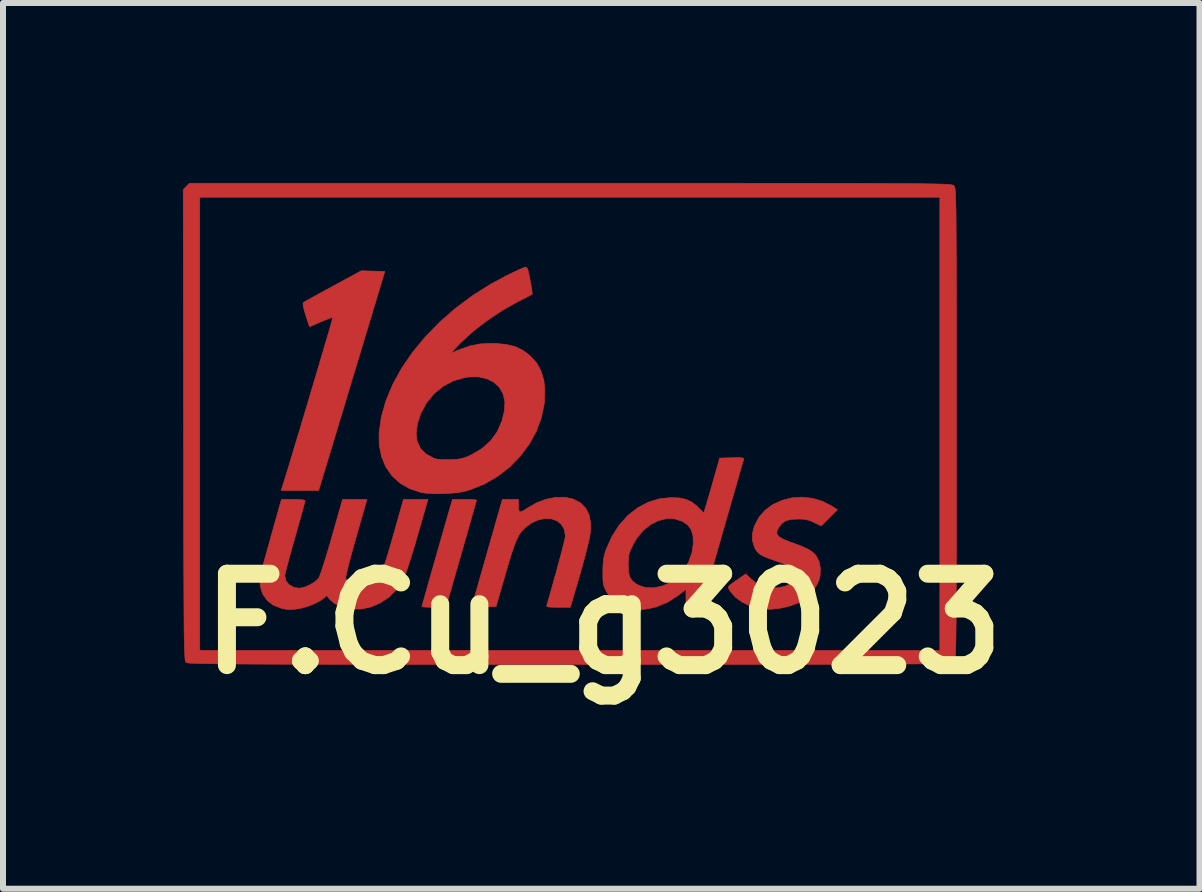
<source format=kicad_pcb>
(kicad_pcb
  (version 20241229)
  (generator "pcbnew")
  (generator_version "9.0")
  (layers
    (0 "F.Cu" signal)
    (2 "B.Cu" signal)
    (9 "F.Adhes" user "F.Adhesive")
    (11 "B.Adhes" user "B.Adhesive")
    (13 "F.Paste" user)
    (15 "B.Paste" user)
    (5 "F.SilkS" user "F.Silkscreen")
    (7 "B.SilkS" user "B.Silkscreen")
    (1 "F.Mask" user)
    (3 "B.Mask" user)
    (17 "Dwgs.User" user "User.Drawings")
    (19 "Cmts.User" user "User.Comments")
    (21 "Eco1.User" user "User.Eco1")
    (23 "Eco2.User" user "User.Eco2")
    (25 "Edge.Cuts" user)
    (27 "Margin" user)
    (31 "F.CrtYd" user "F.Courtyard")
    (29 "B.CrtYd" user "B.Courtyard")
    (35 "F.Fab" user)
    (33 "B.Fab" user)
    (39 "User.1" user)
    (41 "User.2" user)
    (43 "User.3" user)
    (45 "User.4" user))
  (footprint "F.Cu_g3023"
    (layer "F.Cu")
    (at 7.011 7.35)
    (property "Reference" "F.Cu_g3023" (at 0 0 0) (layer "F.SilkS") (effects (font (size 1.524 1.524) (thickness 0.3))))
    (attr through_hole)
    (fp_poly (pts (xy -2.231 -2.073) (xy -2.163 -2.07) (xy -2.123 -2.065) (xy -2.117 -2.062) (xy -2.122 -2.04) (xy -2.138 -1.983) (xy -2.163 -1.895) (xy -2.195 -1.782) (xy -2.233 -1.648) (xy -2.276 -1.499) (xy -2.321 -1.339) (xy -2.368 -1.174) (xy -2.416 -1.008) (xy -2.462 -0.847) (xy -2.506 -0.696) (xy -2.545 -0.559) (xy -2.579 -0.442) (xy -2.606 -0.35) (xy -2.617 -0.312) (xy -2.627 -0.295) (xy -2.652 -0.284) (xy -2.698 -0.278) (xy -2.775 -0.275) (xy -2.827 -0.275) (xy -2.913 -0.276) (xy -2.981 -0.279) (xy -3.02 -0.284) (xy -3.027 -0.286) (xy -3.021 -0.308) (xy -3.005 -0.366) (xy -2.981 -0.453) (xy -2.949 -0.566) (xy -2.912 -0.699) (xy -2.87 -0.846) (xy -2.825 -1.003) (xy -2.779 -1.165) (xy -2.733 -1.325) (xy -2.689 -1.48) (xy -2.648 -1.624) (xy -2.611 -1.751) (xy -2.581 -1.857) (xy -2.559 -1.931) (xy -2.517 -2.074) (xy -2.317 -2.074) (xy -2.231 -2.073)) (stroke (width 0.01) (type solid)) (fill yes) (layer "F.Cu"))
    (fp_poly (pts (xy -3.841 -5.88) (xy -3.645 -5.874) (xy -3.968 -4.805) (xy -4.04 -4.567) (xy -4.116 -4.314) (xy -4.195 -4.054) (xy -4.273 -3.795) (xy -4.348 -3.546) (xy -4.418 -3.315) (xy -4.48 -3.11) (xy -4.519 -2.979) (xy -4.748 -2.223) (xy -5.374 -2.223) (xy -5.355 -2.281) (xy -5.337 -2.337) (xy -5.309 -2.426) (xy -5.273 -2.544) (xy -5.229 -2.687) (xy -5.18 -2.85) (xy -5.126 -3.031) (xy -5.067 -3.224) (xy -5.007 -3.426) (xy -4.945 -3.633) (xy -4.883 -3.841) (xy -4.822 -4.046) (xy -4.763 -4.244) (xy -4.708 -4.431) (xy -4.657 -4.603) (xy -4.612 -4.756) (xy -4.574 -4.886) (xy -4.544 -4.99) (xy -4.524 -5.062) (xy -4.514 -5.099) (xy -4.513 -5.103) (xy -4.534 -5.103) (xy -4.584 -5.087) (xy -4.655 -5.059) (xy -4.707 -5.037) (xy -4.787 -5.001) (xy -4.851 -4.973) (xy -4.89 -4.956) (xy -4.899 -4.953) (xy -4.906 -4.972) (xy -4.924 -5.022) (xy -4.948 -5.095) (xy -4.964 -5.144) (xy -4.992 -5.242) (xy -5.007 -5.312) (xy -5.007 -5.35) (xy -5.005 -5.354) (xy -4.981 -5.369) (xy -4.926 -5.401) (xy -4.843 -5.447) (xy -4.74 -5.504) (xy -4.619 -5.57) (xy -4.51 -5.629) (xy -4.036 -5.886) (xy -3.841 -5.88)) (stroke (width 0.01) (type solid)) (fill yes) (layer "F.Cu"))
    (fp_poly (pts (xy -0.506 -2.08) (xy -0.39 -2.02) (xy -0.371 -2.006) (xy -0.29 -1.919) (xy -0.239 -1.815) (xy -0.215 -1.687) (xy -0.212 -1.616) (xy -0.215 -1.561) (xy -0.223 -1.493) (xy -0.239 -1.408) (xy -0.263 -1.303) (xy -0.295 -1.174) (xy -0.337 -1.018) (xy -0.389 -0.832) (xy -0.453 -0.612) (xy -0.51 -0.418) (xy -0.552 -0.275) (xy -0.754 -0.275) (xy -0.847 -0.276) (xy -0.906 -0.279) (xy -0.936 -0.286) (xy -0.946 -0.298) (xy -0.944 -0.312) (xy -0.907 -0.437) (xy -0.867 -0.577) (xy -0.826 -0.724) (xy -0.784 -0.873) (xy -0.745 -1.018) (xy -0.709 -1.152) (xy -0.679 -1.27) (xy -0.655 -1.365) (xy -0.64 -1.432) (xy -0.635 -1.463) (xy -0.652 -1.571) (xy -0.7 -1.655) (xy -0.772 -1.715) (xy -0.863 -1.749) (xy -0.968 -1.755) (xy -1.081 -1.734) (xy -1.196 -1.683) (xy -1.299 -1.609) (xy -1.342 -1.567) (xy -1.381 -1.52) (xy -1.417 -1.464) (xy -1.451 -1.394) (xy -1.487 -1.304) (xy -1.526 -1.189) (xy -1.571 -1.044) (xy -1.624 -0.865) (xy -1.636 -0.824) (xy -1.791 -0.286) (xy -1.995 -0.28) (xy -2.199 -0.274) (xy -2.158 -0.417) (xy -2.142 -0.471) (xy -2.117 -0.56) (xy -2.083 -0.678) (xy -2.043 -0.819) (xy -1.997 -0.979) (xy -1.948 -1.151) (xy -1.901 -1.318) (xy -1.685 -2.074) (xy -1.418 -2.074) (xy -1.418 -1.991) (xy -1.416 -1.915) (xy -1.404 -1.874) (xy -1.376 -1.867) (xy -1.326 -1.891) (xy -1.269 -1.929) (xy -1.114 -2.017) (xy -0.953 -2.077) (xy -0.794 -2.108) (xy -0.643 -2.109) (xy -0.506 -2.08)) (stroke (width 0.01) (type solid)) (fill yes) (layer "F.Cu"))
    (fp_poly (pts (xy 3.483 -2.092) (xy 3.652 -2.042) (xy 3.798 -1.968) (xy 3.901 -1.902) (xy 3.63 -1.631) (xy 3.514 -1.688) (xy 3.44 -1.721) (xy 3.371 -1.739) (xy 3.288 -1.746) (xy 3.235 -1.746) (xy 3.121 -1.74) (xy 3.037 -1.716) (xy 2.973 -1.671) (xy 2.919 -1.599) (xy 2.914 -1.59) (xy 2.891 -1.537) (xy 2.894 -1.492) (xy 2.927 -1.452) (xy 2.992 -1.413) (xy 3.094 -1.37) (xy 3.136 -1.355) (xy 3.268 -1.307) (xy 3.366 -1.266) (xy 3.438 -1.229) (xy 3.491 -1.192) (xy 3.533 -1.15) (xy 3.548 -1.131) (xy 3.595 -1.038) (xy 3.617 -0.923) (xy 3.611 -0.799) (xy 3.6 -0.747) (xy 3.555 -0.643) (xy 3.48 -0.536) (xy 3.383 -0.437) (xy 3.348 -0.409) (xy 3.238 -0.345) (xy 3.1 -0.294) (xy 2.946 -0.259) (xy 2.789 -0.242) (xy 2.642 -0.247) (xy 2.601 -0.253) (xy 2.452 -0.294) (xy 2.316 -0.359) (xy 2.202 -0.441) (xy 2.12 -0.535) (xy 2.116 -0.54) (xy 2.095 -0.575) (xy 2.083 -0.599) (xy 2.087 -0.621) (xy 2.11 -0.646) (xy 2.157 -0.682) (xy 2.231 -0.734) (xy 2.261 -0.754) (xy 2.373 -0.832) (xy 2.451 -0.757) (xy 2.558 -0.672) (xy 2.67 -0.622) (xy 2.802 -0.599) (xy 2.804 -0.598) (xy 2.918 -0.601) (xy 3.022 -0.623) (xy 3.11 -0.662) (xy 3.173 -0.713) (xy 3.208 -0.773) (xy 3.206 -0.838) (xy 3.205 -0.841) (xy 3.173 -0.894) (xy 3.114 -0.944) (xy 3.023 -0.992) (xy 2.895 -1.042) (xy 2.85 -1.057) (xy 2.735 -1.098) (xy 2.653 -1.133) (xy 2.596 -1.168) (xy 2.557 -1.208) (xy 2.526 -1.259) (xy 2.517 -1.278) (xy 2.483 -1.389) (xy 2.483 -1.503) (xy 2.518 -1.633) (xy 2.52 -1.637) (xy 2.594 -1.778) (xy 2.699 -1.897) (xy 2.829 -1.99) (xy 2.978 -2.058) (xy 3.141 -2.099) (xy 3.311 -2.111) (xy 3.483 -2.092)) (stroke (width 0.01) (type solid)) (fill yes) (layer "F.Cu"))
    (fp_poly (pts (xy 2.302 -2.768) (xy 2.333 -2.761) (xy 2.34 -2.748) (xy 2.339 -2.747) (xy 2.332 -2.722) (xy 2.314 -2.66) (xy 2.286 -2.565) (xy 2.251 -2.441) (xy 2.208 -2.292) (xy 2.159 -2.122) (xy 2.105 -1.934) (xy 2.047 -1.732) (xy 2.021 -1.64) (xy 1.96 -1.429) (xy 1.902 -1.227) (xy 1.848 -1.036) (xy 1.798 -0.863) (xy 1.754 -0.712) (xy 1.718 -0.586) (xy 1.691 -0.49) (xy 1.673 -0.43) (xy 1.67 -0.418) (xy 1.628 -0.275) (xy 1.376 -0.275) (xy 1.376 -0.574) (xy 1.254 -0.479) (xy 1.076 -0.363) (xy 0.885 -0.283) (xy 0.772 -0.256) (xy 0.659 -0.239) (xy 0.566 -0.236) (xy 0.474 -0.249) (xy 0.406 -0.266) (xy 0.259 -0.325) (xy 0.14 -0.415) (xy 0.052 -0.532) (xy 0.024 -0.587) (xy 0.006 -0.634) (xy -0.005 -0.686) (xy -0.009 -0.755) (xy -0.01 -0.853) (xy -0.01 -0.868) (xy -0.007 -0.982) (xy 0.413 -0.982) (xy 0.418 -0.867) (xy 0.438 -0.783) (xy 0.477 -0.72) (xy 0.542 -0.668) (xy 0.594 -0.639) (xy 0.706 -0.603) (xy 0.835 -0.599) (xy 0.972 -0.627) (xy 1.066 -0.665) (xy 1.209 -0.757) (xy 1.328 -0.88) (xy 1.419 -1.026) (xy 1.477 -1.189) (xy 1.498 -1.333) (xy 1.493 -1.466) (xy 1.463 -1.568) (xy 1.405 -1.647) (xy 1.316 -1.708) (xy 1.313 -1.709) (xy 1.187 -1.75) (xy 1.054 -1.754) (xy 0.92 -1.721) (xy 0.79 -1.657) (xy 0.67 -1.562) (xy 0.565 -1.439) (xy 0.493 -1.318) (xy 0.452 -1.232) (xy 0.428 -1.166) (xy 0.417 -1.101) (xy 0.413 -1.02) (xy 0.413 -0.982) (xy -0.007 -0.982) (xy -0.007 -0.983) (xy 0.000471 -1.071) (xy 0.016 -1.148) (xy 0.041 -1.229) (xy 0.047 -1.245) (xy 0.142 -1.457) (xy 0.262 -1.644) (xy 0.405 -1.804) (xy 0.568 -1.932) (xy 0.745 -2.027) (xy 0.934 -2.085) (xy 1.122 -2.104) (xy 1.263 -2.098) (xy 1.375 -2.075) (xy 1.467 -2.033) (xy 1.552 -1.967) (xy 1.572 -1.948) (xy 1.673 -1.847) (xy 1.715 -1.987) (xy 1.736 -2.059) (xy 1.766 -2.159) (xy 1.8 -2.277) (xy 1.835 -2.401) (xy 1.848 -2.445) (xy 1.938 -2.762) (xy 2.143 -2.768) (xy 2.241 -2.77) (xy 2.302 -2.768)) (stroke (width 0.01) (type solid)) (fill yes) (layer "F.Cu"))
    (fp_poly (pts (xy -5.079 -2.072) (xy -5.012 -2.066) (xy -4.978 -2.058) (xy -4.974 -2.053) (xy -4.98 -2.028) (xy -4.996 -1.968) (xy -5.02 -1.878) (xy -5.052 -1.762) (xy -5.09 -1.627) (xy -5.132 -1.478) (xy -5.144 -1.438) (xy -5.187 -1.285) (xy -5.226 -1.143) (xy -5.26 -1.019) (xy -5.286 -0.918) (xy -5.304 -0.845) (xy -5.313 -0.805) (xy -5.313 -0.802) (xy -5.294 -0.718) (xy -5.241 -0.651) (xy -5.162 -0.607) (xy -5.073 -0.593) (xy -4.994 -0.607) (xy -4.905 -0.643) (xy -4.821 -0.693) (xy -4.758 -0.749) (xy -4.744 -0.767) (xy -4.728 -0.804) (xy -4.702 -0.876) (xy -4.669 -0.977) (xy -4.63 -1.102) (xy -4.587 -1.245) (xy -4.541 -1.4) (xy -4.526 -1.454) (xy -4.35 -2.074) (xy -4.146 -2.074) (xy -3.943 -2.074) (xy -4.12 -1.456) (xy -4.164 -1.298) (xy -4.205 -1.15) (xy -4.24 -1.019) (xy -4.267 -0.91) (xy -4.287 -0.828) (xy -4.296 -0.779) (xy -4.297 -0.771) (xy -4.278 -0.698) (xy -4.228 -0.643) (xy -4.155 -0.608) (xy -4.066 -0.596) (xy -3.97 -0.61) (xy -3.895 -0.64) (xy -3.845 -0.669) (xy -3.803 -0.702) (xy -3.765 -0.744) (xy -3.729 -0.8) (xy -3.694 -0.873) (xy -3.657 -0.969) (xy -3.616 -1.091) (xy -3.57 -1.244) (xy -3.515 -1.433) (xy -3.503 -1.476) (xy -3.334 -2.074) (xy -3.13 -2.074) (xy -2.926 -2.074) (xy -3.103 -1.459) (xy -3.157 -1.274) (xy -3.209 -1.107) (xy -3.255 -0.962) (xy -3.296 -0.844) (xy -3.328 -0.759) (xy -3.347 -0.718) (xy -3.447 -0.571) (xy -3.573 -0.446) (xy -3.72 -0.348) (xy -3.88 -0.279) (xy -4.046 -0.245) (xy -4.211 -0.247) (xy -4.242 -0.252) (xy -4.382 -0.288) (xy -4.488 -0.341) (xy -4.563 -0.407) (xy -4.616 -0.471) (xy -4.663 -0.427) (xy -4.73 -0.38) (xy -4.825 -0.332) (xy -4.933 -0.29) (xy -5.04 -0.26) (xy -5.073 -0.253) (xy -5.164 -0.24) (xy -5.232 -0.236) (xy -5.293 -0.242) (xy -5.361 -0.256) (xy -5.497 -0.306) (xy -5.603 -0.385) (xy -5.678 -0.49) (xy -5.713 -0.594) (xy -5.721 -0.633) (xy -5.726 -0.67) (xy -5.728 -0.708) (xy -5.724 -0.754) (xy -5.715 -0.81) (xy -5.699 -0.883) (xy -5.675 -0.977) (xy -5.643 -1.096) (xy -5.601 -1.246) (xy -5.549 -1.431) (xy -5.54 -1.466) (xy -5.368 -2.074) (xy -5.171 -2.074) (xy -5.079 -2.072)) (stroke (width 0.01) (type solid)) (fill yes) (layer "F.Cu"))
    (fp_poly (pts (xy -1.272 -5.93) (xy -1.262 -5.911) (xy -1.25 -5.861) (xy -1.235 -5.791) (xy -1.219 -5.709) (xy -1.205 -5.628) (xy -1.194 -5.559) (xy -1.188 -5.511) (xy -1.188 -5.495) (xy -1.209 -5.483) (xy -1.26 -5.456) (xy -1.334 -5.418) (xy -1.423 -5.373) (xy -1.429 -5.37) (xy -1.685 -5.226) (xy -1.934 -5.06) (xy -2.167 -4.881) (xy -2.372 -4.694) (xy -2.472 -4.59) (xy -2.542 -4.512) (xy -2.398 -4.572) (xy -2.227 -4.632) (xy -2.056 -4.666) (xy -1.872 -4.675) (xy -1.785 -4.673) (xy -1.614 -4.656) (xy -1.473 -4.622) (xy -1.352 -4.565) (xy -1.24 -4.483) (xy -1.22 -4.466) (xy -1.112 -4.346) (xy -1.038 -4.211) (xy -0.993 -4.054) (xy -0.978 -3.91) (xy -0.986 -3.672) (xy -1.035 -3.438) (xy -1.119 -3.211) (xy -1.236 -2.997) (xy -1.384 -2.798) (xy -1.559 -2.618) (xy -1.757 -2.463) (xy -1.977 -2.334) (xy -2.215 -2.237) (xy -2.297 -2.213) (xy -2.404 -2.191) (xy -2.538 -2.177) (xy -2.682 -2.169) (xy -2.825 -2.168) (xy -2.952 -2.176) (xy -3.04 -2.189) (xy -3.23 -2.252) (xy -3.394 -2.346) (xy -3.528 -2.469) (xy -3.631 -2.619) (xy -3.702 -2.793) (xy -3.739 -2.988) (xy -3.741 -3.176) (xy -3.123 -3.176) (xy -3.106 -3.041) (xy -3.053 -2.927) (xy -2.964 -2.835) (xy -2.84 -2.766) (xy -2.794 -2.749) (xy -2.749 -2.742) (xy -2.675 -2.737) (xy -2.586 -2.737) (xy -2.551 -2.737) (xy -2.448 -2.742) (xy -2.371 -2.753) (xy -2.301 -2.774) (xy -2.22 -2.808) (xy -2.213 -2.811) (xy -2.032 -2.917) (xy -1.885 -3.046) (xy -1.771 -3.201) (xy -1.692 -3.382) (xy -1.65 -3.553) (xy -1.643 -3.701) (xy -1.673 -3.831) (xy -1.735 -3.941) (xy -1.827 -4.027) (xy -1.945 -4.086) (xy -2.085 -4.117) (xy -2.245 -4.115) (xy -2.308 -4.106) (xy -2.499 -4.052) (xy -2.672 -3.96) (xy -2.823 -3.837) (xy -2.949 -3.685) (xy -3.045 -3.509) (xy -3.102 -3.332) (xy -3.123 -3.176) (xy -3.741 -3.176) (xy -3.741 -3.183) (xy -3.703 -3.45) (xy -3.626 -3.721) (xy -3.512 -3.992) (xy -3.364 -4.262) (xy -3.183 -4.525) (xy -2.972 -4.781) (xy -2.734 -5.026) (xy -2.471 -5.256) (xy -2.186 -5.469) (xy -1.88 -5.663) (xy -1.598 -5.813) (xy -1.498 -5.861) (xy -1.411 -5.902) (xy -1.344 -5.931) (xy -1.304 -5.946) (xy -1.298 -5.948) (xy -1.272 -5.93)) (stroke (width 0.01) (type solid)) (fill yes) (layer "F.Cu"))
    (fp_poly (pts (xy 0.063 -7.345) (xy 0.636 -7.345) (xy 1.17 -7.345) (xy 1.665 -7.345) (xy 2.124 -7.345) (xy 2.548 -7.344) (xy 2.938 -7.344) (xy 3.296 -7.344) (xy 3.622 -7.344) (xy 3.919 -7.343) (xy 4.188 -7.343) (xy 4.431 -7.342) (xy 4.647 -7.341) (xy 4.841 -7.34) (xy 5.011 -7.339) (xy 5.161 -7.338) (xy 5.291 -7.337) (xy 5.403 -7.335) (xy 5.498 -7.334) (xy 5.577 -7.332) (xy 5.643 -7.33) (xy 5.696 -7.328) (xy 5.738 -7.325) (xy 5.771 -7.323) (xy 5.795 -7.32) (xy 5.813 -7.317) (xy 5.825 -7.314) (xy 5.833 -7.31) (xy 5.838 -7.306) (xy 5.842 -7.303) (xy 5.847 -7.297) (xy 5.852 -7.29) (xy 5.856 -7.279) (xy 5.86 -7.263) (xy 5.864 -7.24) (xy 5.867 -7.208) (xy 5.87 -7.165) (xy 5.872 -7.11) (xy 5.874 -7.04) (xy 5.876 -6.954) (xy 5.878 -6.85) (xy 5.879 -6.727) (xy 5.88 -6.581) (xy 5.881 -6.413) (xy 5.882 -6.219) (xy 5.883 -5.998) (xy 5.883 -5.748) (xy 5.884 -5.468) (xy 5.884 -5.155) (xy 5.884 -4.808) (xy 5.884 -4.425) (xy 5.884 -4.004) (xy 5.884 -3.543) (xy 5.884 -3.326) (xy 5.884 -2.847) (xy 5.884 -2.408) (xy 5.884 -2.008) (xy 5.884 -1.645) (xy 5.884 -1.317) (xy 5.883 -1.022) (xy 5.883 -0.758) (xy 5.882 -0.525) (xy 5.881 -0.319) (xy 5.881 -0.139) (xy 5.879 0.016) (xy 5.878 0.149) (xy 5.876 0.261) (xy 5.875 0.354) (xy 5.872 0.431) (xy 5.87 0.492) (xy 5.867 0.539) (xy 5.864 0.575) (xy 5.861 0.601) (xy 5.857 0.619) (xy 5.853 0.631) (xy 5.849 0.639) (xy 5.846 0.642) (xy 5.84 0.646) (xy 5.829 0.649) (xy 5.812 0.652) (xy 5.788 0.655) (xy 5.754 0.657) (xy 5.71 0.659) (xy 5.654 0.662) (xy 5.585 0.664) (xy 5.501 0.665) (xy 5.401 0.667) (xy 5.284 0.669) (xy 5.148 0.67) (xy 4.991 0.671) (xy 4.813 0.672) (xy 4.612 0.673) (xy 4.386 0.674) (xy 4.134 0.675) (xy 3.855 0.675) (xy 3.547 0.676) (xy 3.209 0.676) (xy 2.84 0.676) (xy 2.438 0.677) (xy 2.001 0.677) (xy 1.529 0.677) (xy 1.019 0.677) (xy 0.471 0.677) (xy -0.117 0.677) (xy -0.553 0.677) (xy -1.177 0.677) (xy -1.76 0.677) (xy -2.303 0.677) (xy -2.808 0.677) (xy -3.276 0.677) (xy -3.708 0.676) (xy -4.106 0.676) (xy -4.472 0.676) (xy -4.805 0.675) (xy -5.109 0.674) (xy -5.383 0.674) (xy -5.63 0.673) (xy -5.851 0.672) (xy -6.047 0.671) (xy -6.22 0.669) (xy -6.371 0.668) (xy -6.5 0.666) (xy -6.611 0.665) (xy -6.703 0.663) (xy -6.778 0.661) (xy -6.838 0.659) (xy -6.885 0.657) (xy -6.918 0.654) (xy -6.94 0.651) (xy -6.952 0.648) (xy -6.954 0.647) (xy -6.96 0.643) (xy -6.964 0.636) (xy -6.968 0.626) (xy -6.972 0.609) (xy -6.976 0.585) (xy -6.979 0.552) (xy -6.981 0.507) (xy -6.984 0.449) (xy -6.986 0.376) (xy -6.988 0.286) (xy -6.99 0.178) (xy -6.992 0.05) (xy -6.993 -0.1) (xy -6.994 -0.275) (xy -6.995 -0.475) (xy -6.996 -0.702) (xy -6.997 -0.959) (xy -6.998 -1.248) (xy -6.998 -1.569) (xy -6.999 -1.924) (xy -7 -2.317) (xy -7 -2.748) (xy -7.001 -3.219) (xy -7.001 -3.312) (xy -7.006 -7.112) (xy -6.731 -7.112) (xy -6.731 0.445) (xy 5.609 0.445) (xy 5.609 -7.112) (xy -6.731 -7.112) (xy -7.006 -7.112) (xy -7.006 -7.241) (xy -6.902 -7.345) (xy -0.551 -7.345) (xy 0.063 -7.345)) (stroke (width 0.01) (type solid)) (fill yes) (layer "F.Cu")))
  (gr_rect
    (start -3 -3)
    (end 16.949 11.768)
    (stroke (width 0.1) (type default))
    (fill no)
    (layer "Edge.Cuts")))
</source>
